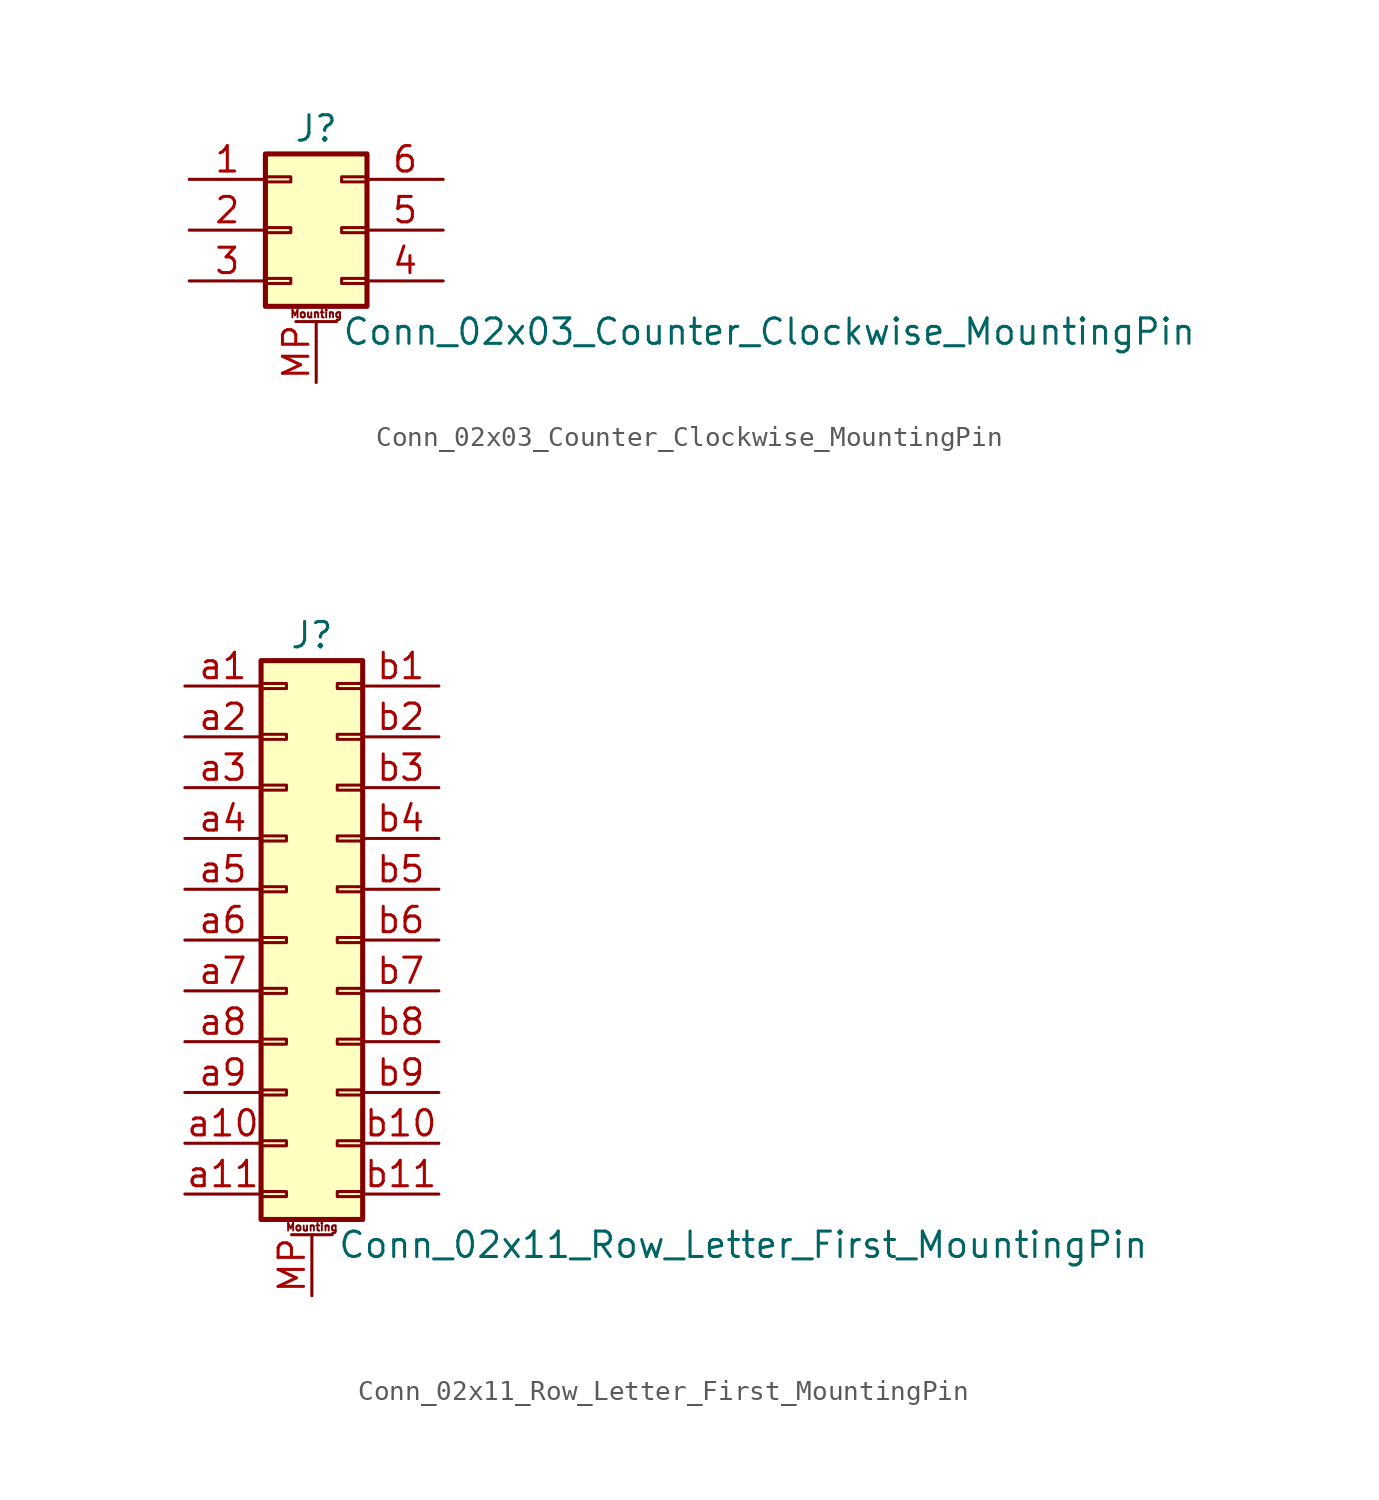
<source format=kicad_sym>
(kicad_symbol_lib
  (version 20220914)
  (generator kicad_symbol_editor)
  (symbol "Conn_02x03_Counter_Clockwise_MountingPin"
    (pin_names
      (offset 1.016) hide)
    (property "Reference" "J"
      (at 1.27 5.08 0)
      (effects (font (size 1.27 1.27))))
    (property "Value" "Conn_02x03_Counter_Clockwise_MountingPin"
      (at 2.54 -5.08 0)
      (effects (font (size 1.27 1.27)) (justify left)))
    (symbol "Conn_02x03_Counter_Clockwise_MountingPin_1_1"
      (rectangle (start -1.27 -2.413) (end 0 -2.667) (stroke (width 0.152) (type default)) (fill (type none)))
      (rectangle (start -1.27 0.127) (end 0 -0.127) (stroke (width 0.152) (type default)) (fill (type none)))
      (rectangle (start -1.27 2.667) (end 0 2.413) (stroke (width 0.152) (type default)) (fill (type none)))
      (rectangle (start -1.27 3.81) (end 3.81 -3.81) (stroke (width 0.254) (type default)) (fill (type background)))
      (polyline (pts (xy 0.254 -4.572) (xy 2.286 -4.572)) (stroke (width 0.152) (type default)) (fill (type none)))
      (rectangle (start 3.81 -2.413) (end 2.54 -2.667) (stroke (width 0.152) (type default)) (fill (type none)))
      (rectangle (start 3.81 0.127) (end 2.54 -0.127) (stroke (width 0.152) (type default)) (fill (type none)))
      (rectangle (start 3.81 2.667) (end 2.54 2.413) (stroke (width 0.152) (type default)) (fill (type none)))
      (text "Mounting" (at 1.27 -4.191 0) (effects (font (size 0.381 0.381))))
      (pin passive line (at -5.08 2.54 0) (length 3.81) (name "Pin_1" (effects (font (size 1.27 1.27)))) (number "1" (effects (font (size 1.27 1.27)))))
      (pin passive line (at -5.08 0 0) (length 3.81) (name "Pin_2" (effects (font (size 1.27 1.27)))) (number "2" (effects (font (size 1.27 1.27)))))
      (pin passive line (at -5.08 -2.54 0) (length 3.81) (name "Pin_3" (effects (font (size 1.27 1.27)))) (number "3" (effects (font (size 1.27 1.27)))))
      (pin passive line (at 7.62 -2.54 180) (length 3.81) (name "Pin_4" (effects (font (size 1.27 1.27)))) (number "4" (effects (font (size 1.27 1.27)))))
      (pin passive line (at 7.62 0 180) (length 3.81) (name "Pin_5" (effects (font (size 1.27 1.27)))) (number "5" (effects (font (size 1.27 1.27)))))
      (pin passive line (at 7.62 2.54 180) (length 3.81) (name "Pin_6" (effects (font (size 1.27 1.27)))) (number "6" (effects (font (size 1.27 1.27)))))
      (pin passive line (at 1.27 -7.62 90) (length 3.048) (name "MountPin" (effects (font (size 1.27 1.27)))) (number "MP" (effects (font (size 1.27 1.27)))))))
  (symbol "Conn_02x11_Row_Letter_First_MountingPin"
    (pin_names
      (offset 1.016) hide)
    (property "Reference" "J"
      (at 1.27 15.24 0)
      (effects (font (size 1.27 1.27))))
    (property "Value" "Conn_02x11_Row_Letter_First_MountingPin"
      (at 2.54 -15.24 0)
      (effects (font (size 1.27 1.27)) (justify left)))
    (symbol "Conn_02x11_Row_Letter_First_MountingPin_1_1"
      (rectangle (start -1.27 -12.573) (end 0 -12.827) (stroke (width 0.152) (type default)) (fill (type none)))
      (rectangle (start -1.27 -10.033) (end 0 -10.287) (stroke (width 0.152) (type default)) (fill (type none)))
      (rectangle (start -1.27 -7.493) (end 0 -7.747) (stroke (width 0.152) (type default)) (fill (type none)))
      (rectangle (start -1.27 -4.953) (end 0 -5.207) (stroke (width 0.152) (type default)) (fill (type none)))
      (rectangle (start -1.27 -2.413) (end 0 -2.667) (stroke (width 0.152) (type default)) (fill (type none)))
      (rectangle (start -1.27 0.127) (end 0 -0.127) (stroke (width 0.152) (type default)) (fill (type none)))
      (rectangle (start -1.27 2.667) (end 0 2.413) (stroke (width 0.152) (type default)) (fill (type none)))
      (rectangle (start -1.27 5.207) (end 0 4.953) (stroke (width 0.152) (type default)) (fill (type none)))
      (rectangle (start -1.27 7.747) (end 0 7.493) (stroke (width 0.152) (type default)) (fill (type none)))
      (rectangle (start -1.27 10.287) (end 0 10.033) (stroke (width 0.152) (type default)) (fill (type none)))
      (rectangle (start -1.27 12.827) (end 0 12.573) (stroke (width 0.152) (type default)) (fill (type none)))
      (rectangle (start -1.27 13.97) (end 3.81 -13.97) (stroke (width 0.254) (type default)) (fill (type background)))
      (polyline (pts (xy 0.254 -14.732) (xy 2.286 -14.732)) (stroke (width 0.152) (type default)) (fill (type none)))
      (rectangle (start 3.81 -12.573) (end 2.54 -12.827) (stroke (width 0.152) (type default)) (fill (type none)))
      (rectangle (start 3.81 -10.033) (end 2.54 -10.287) (stroke (width 0.152) (type default)) (fill (type none)))
      (rectangle (start 3.81 -7.493) (end 2.54 -7.747) (stroke (width 0.152) (type default)) (fill (type none)))
      (rectangle (start 3.81 -4.953) (end 2.54 -5.207) (stroke (width 0.152) (type default)) (fill (type none)))
      (rectangle (start 3.81 -2.413) (end 2.54 -2.667) (stroke (width 0.152) (type default)) (fill (type none)))
      (rectangle (start 3.81 0.127) (end 2.54 -0.127) (stroke (width 0.152) (type default)) (fill (type none)))
      (rectangle (start 3.81 2.667) (end 2.54 2.413) (stroke (width 0.152) (type default)) (fill (type none)))
      (rectangle (start 3.81 5.207) (end 2.54 4.953) (stroke (width 0.152) (type default)) (fill (type none)))
      (rectangle (start 3.81 7.747) (end 2.54 7.493) (stroke (width 0.152) (type default)) (fill (type none)))
      (rectangle (start 3.81 10.287) (end 2.54 10.033) (stroke (width 0.152) (type default)) (fill (type none)))
      (rectangle (start 3.81 12.827) (end 2.54 12.573) (stroke (width 0.152) (type default)) (fill (type none)))
      (text "Mounting" (at 1.27 -14.351 0) (effects (font (size 0.381 0.381))))
      (pin passive line (at 1.27 -17.78 90) (length 3.048) (name "MountPin" (effects (font (size 1.27 1.27)))) (number "MP" (effects (font (size 1.27 1.27)))))
      (pin passive line (at -5.08 12.7 0) (length 3.81) (name "Pin_a1" (effects (font (size 1.27 1.27)))) (number "a1" (effects (font (size 1.27 1.27)))))
      (pin passive line (at -5.08 -10.16 0) (length 3.81) (name "Pin_a10" (effects (font (size 1.27 1.27)))) (number "a10" (effects (font (size 1.27 1.27)))))
      (pin passive line (at -5.08 -12.7 0) (length 3.81) (name "Pin_a11" (effects (font (size 1.27 1.27)))) (number "a11" (effects (font (size 1.27 1.27)))))
      (pin passive line (at -5.08 10.16 0) (length 3.81) (name "Pin_a2" (effects (font (size 1.27 1.27)))) (number "a2" (effects (font (size 1.27 1.27)))))
      (pin passive line (at -5.08 7.62 0) (length 3.81) (name "Pin_a3" (effects (font (size 1.27 1.27)))) (number "a3" (effects (font (size 1.27 1.27)))))
      (pin passive line (at -5.08 5.08 0) (length 3.81) (name "Pin_a4" (effects (font (size 1.27 1.27)))) (number "a4" (effects (font (size 1.27 1.27)))))
      (pin passive line (at -5.08 2.54 0) (length 3.81) (name "Pin_a5" (effects (font (size 1.27 1.27)))) (number "a5" (effects (font (size 1.27 1.27)))))
      (pin passive line (at -5.08 0 0) (length 3.81) (name "Pin_a6" (effects (font (size 1.27 1.27)))) (number "a6" (effects (font (size 1.27 1.27)))))
      (pin passive line (at -5.08 -2.54 0) (length 3.81) (name "Pin_a7" (effects (font (size 1.27 1.27)))) (number "a7" (effects (font (size 1.27 1.27)))))
      (pin passive line (at -5.08 -5.08 0) (length 3.81) (name "Pin_a8" (effects (font (size 1.27 1.27)))) (number "a8" (effects (font (size 1.27 1.27)))))
      (pin passive line (at -5.08 -7.62 0) (length 3.81) (name "Pin_a9" (effects (font (size 1.27 1.27)))) (number "a9" (effects (font (size 1.27 1.27)))))
      (pin passive line (at 7.62 12.7 180) (length 3.81) (name "Pin_b1" (effects (font (size 1.27 1.27)))) (number "b1" (effects (font (size 1.27 1.27)))))
      (pin passive line (at 7.62 -10.16 180) (length 3.81) (name "Pin_b10" (effects (font (size 1.27 1.27)))) (number "b10" (effects (font (size 1.27 1.27)))))
      (pin passive line (at 7.62 -12.7 180) (length 3.81) (name "Pin_b11" (effects (font (size 1.27 1.27)))) (number "b11" (effects (font (size 1.27 1.27)))))
      (pin passive line (at 7.62 10.16 180) (length 3.81) (name "Pin_b2" (effects (font (size 1.27 1.27)))) (number "b2" (effects (font (size 1.27 1.27)))))
      (pin passive line (at 7.62 7.62 180) (length 3.81) (name "Pin_b3" (effects (font (size 1.27 1.27)))) (number "b3" (effects (font (size 1.27 1.27)))))
      (pin passive line (at 7.62 5.08 180) (length 3.81) (name "Pin_b4" (effects (font (size 1.27 1.27)))) (number "b4" (effects (font (size 1.27 1.27)))))
      (pin passive line (at 7.62 2.54 180) (length 3.81) (name "Pin_b5" (effects (font (size 1.27 1.27)))) (number "b5" (effects (font (size 1.27 1.27)))))
      (pin passive line (at 7.62 0 180) (length 3.81) (name "Pin_b6" (effects (font (size 1.27 1.27)))) (number "b6" (effects (font (size 1.27 1.27)))))
      (pin passive line (at 7.62 -2.54 180) (length 3.81) (name "Pin_b7" (effects (font (size 1.27 1.27)))) (number "b7" (effects (font (size 1.27 1.27)))))
      (pin passive line (at 7.62 -5.08 180) (length 3.81) (name "Pin_b8" (effects (font (size 1.27 1.27)))) (number "b8" (effects (font (size 1.27 1.27)))))
      (pin passive line (at 7.62 -7.62 180) (length 3.81) (name "Pin_b9" (effects (font (size 1.27 1.27)))) (number "b9" (effects (font (size 1.27 1.27))))))))
</source>
